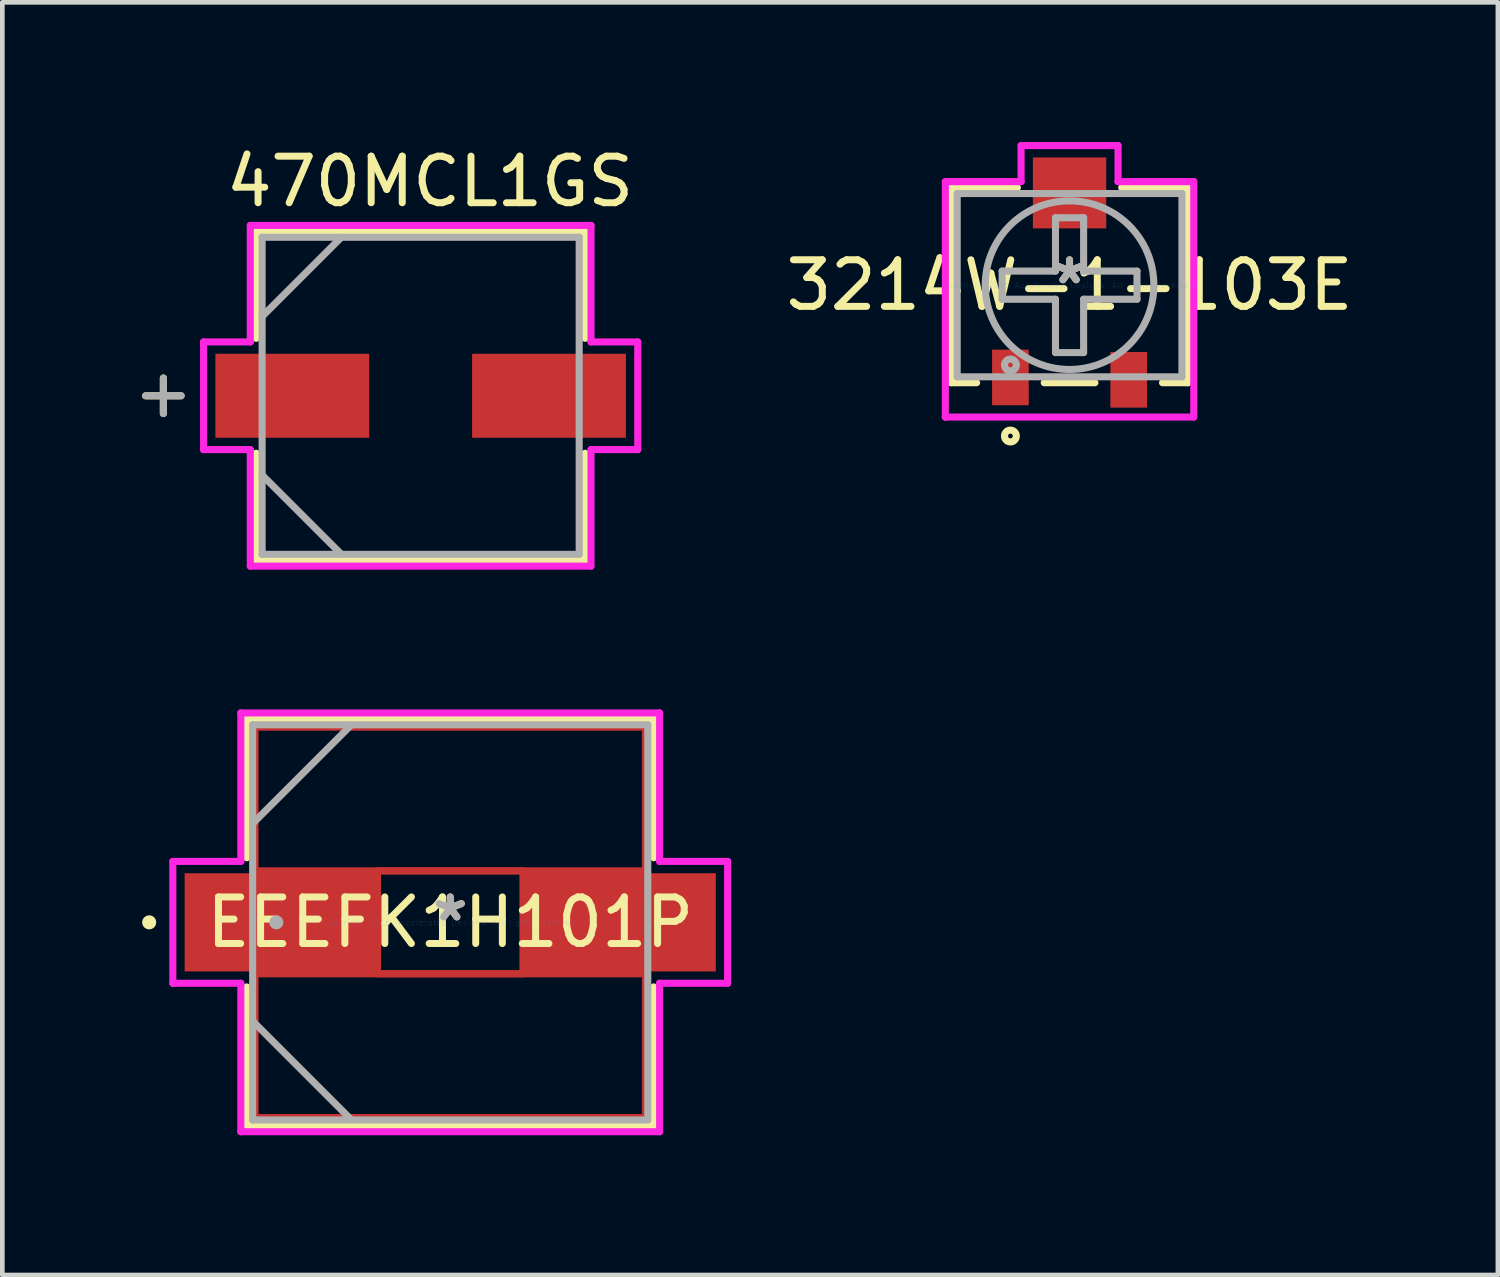
<source format=kicad_pcb>
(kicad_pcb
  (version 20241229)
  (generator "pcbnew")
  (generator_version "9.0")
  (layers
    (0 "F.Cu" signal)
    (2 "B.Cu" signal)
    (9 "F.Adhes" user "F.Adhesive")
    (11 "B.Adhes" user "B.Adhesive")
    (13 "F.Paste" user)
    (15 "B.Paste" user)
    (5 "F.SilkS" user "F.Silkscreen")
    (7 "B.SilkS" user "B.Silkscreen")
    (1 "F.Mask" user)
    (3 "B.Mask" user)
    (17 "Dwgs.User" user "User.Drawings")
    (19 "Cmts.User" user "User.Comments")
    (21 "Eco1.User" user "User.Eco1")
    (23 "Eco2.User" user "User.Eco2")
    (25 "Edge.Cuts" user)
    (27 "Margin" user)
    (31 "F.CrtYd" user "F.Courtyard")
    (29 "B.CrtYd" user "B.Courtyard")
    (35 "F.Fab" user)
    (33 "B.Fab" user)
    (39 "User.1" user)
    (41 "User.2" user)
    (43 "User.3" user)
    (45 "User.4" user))
  (footprint "EEEFK1H101P"
    (layer "F.Cu")
    (at 6.617 16.754)
    (property "Reference" "EEEFK1H101P" (at 0 0 0) (layer "F.SilkS") (effects (font (size 1 1) (thickness 0.15))))
    (attr through_hole)
    (fp_line (start -4.191 -4.191) (end 4.191 -4.191) (stroke (width 0.152) (type solid)) (layer "F.Cu"))
    (fp_line (start -4.191 -1.105) (end -4.191 -4.191) (stroke (width 0.152) (type solid)) (layer "F.Cu"))
    (fp_line (start -4.191 1.105) (end 4.191 1.105) (stroke (width 0.152) (type solid)) (layer "F.Cu"))
    (fp_line (start -4.191 4.191) (end -4.191 1.105) (stroke (width 0.152) (type solid)) (layer "F.Cu"))
    (fp_line (start -1.562 -1.105) (end 1.562 -1.105) (stroke (width 0.152) (type solid)) (layer "F.Cu"))
    (fp_line (start -1.562 1.105) (end -1.562 -1.105) (stroke (width 0.152) (type solid)) (layer "F.Cu"))
    (fp_line (start 1.562 -1.105) (end 1.562 1.105) (stroke (width 0.152) (type solid)) (layer "F.Cu"))
    (fp_line (start 1.562 1.105) (end -1.562 1.105) (stroke (width 0.152) (type solid)) (layer "F.Cu"))
    (fp_line (start 4.191 -4.191) (end 4.191 -1.105) (stroke (width 0.152) (type solid)) (layer "F.Cu"))
    (fp_line (start 4.191 -1.105) (end -4.191 -1.105) (stroke (width 0.152) (type solid)) (layer "F.Cu"))
    (fp_line (start 4.191 1.105) (end 4.191 4.191) (stroke (width 0.152) (type solid)) (layer "F.Cu"))
    (fp_line (start 4.191 4.191) (end -4.191 4.191) (stroke (width 0.152) (type solid)) (layer "F.Cu"))
    (fp_line (start -4.369 -4.369) (end -4.369 -1.387) (stroke (width 0.152) (type solid)) (layer "F.SilkS"))
    (fp_line (start -4.369 1.387) (end -4.369 4.369) (stroke (width 0.152) (type solid)) (layer "F.SilkS"))
    (fp_line (start -4.369 4.369) (end 4.369 4.369) (stroke (width 0.152) (type solid)) (layer "F.SilkS"))
    (fp_line (start 4.369 -4.369) (end -4.369 -4.369) (stroke (width 0.152) (type solid)) (layer "F.SilkS"))
    (fp_line (start 4.369 -1.387) (end 4.369 -4.369) (stroke (width 0.152) (type solid)) (layer "F.SilkS"))
    (fp_line (start 4.369 4.369) (end 4.369 1.387) (stroke (width 0.152) (type solid)) (layer "F.SilkS"))
    (fp_circle (center -6.464 0) (end -6.388 0) (stroke (width 0.152) (type solid)) (fill no) (layer "F.SilkS"))
    (fp_line (start -5.956 -1.308) (end -4.496 -1.308) (stroke (width 0.152) (type solid)) (layer "F.CrtYd"))
    (fp_line (start -5.956 1.308) (end -5.956 -1.308) (stroke (width 0.152) (type solid)) (layer "F.CrtYd"))
    (fp_line (start -4.496 -4.496) (end 4.496 -4.496) (stroke (width 0.152) (type solid)) (layer "F.CrtYd"))
    (fp_line (start -4.496 -1.308) (end -4.496 -4.496) (stroke (width 0.152) (type solid)) (layer "F.CrtYd"))
    (fp_line (start -4.496 1.308) (end -5.956 1.308) (stroke (width 0.152) (type solid)) (layer "F.CrtYd"))
    (fp_line (start -4.496 4.496) (end -4.496 1.308) (stroke (width 0.152) (type solid)) (layer "F.CrtYd"))
    (fp_line (start 4.496 -4.496) (end 4.496 -1.308) (stroke (width 0.152) (type solid)) (layer "F.CrtYd"))
    (fp_line (start 4.496 -1.308) (end 5.956 -1.308) (stroke (width 0.152) (type solid)) (layer "F.CrtYd"))
    (fp_line (start 4.496 1.308) (end 4.496 4.496) (stroke (width 0.152) (type solid)) (layer "F.CrtYd"))
    (fp_line (start 4.496 4.496) (end -4.496 4.496) (stroke (width 0.152) (type solid)) (layer "F.CrtYd"))
    (fp_line (start 5.956 -1.308) (end 5.956 1.308) (stroke (width 0.152) (type solid)) (layer "F.CrtYd"))
    (fp_line (start 5.956 1.308) (end 4.496 1.308) (stroke (width 0.152) (type solid)) (layer "F.CrtYd"))
    (fp_line (start -4.242 -4.242) (end -4.242 4.242) (stroke (width 0.152) (type solid)) (layer "F.Fab"))
    (fp_line (start -4.242 -2.121) (end -2.121 -4.242) (stroke (width 0.152) (type solid)) (layer "F.Fab"))
    (fp_line (start -4.242 2.121) (end -2.121 4.242) (stroke (width 0.152) (type solid)) (layer "F.Fab"))
    (fp_line (start -4.242 4.242) (end 4.242 4.242) (stroke (width 0.152) (type solid)) (layer "F.Fab"))
    (fp_line (start 4.242 -4.242) (end -4.242 -4.242) (stroke (width 0.152) (type solid)) (layer "F.Fab"))
    (fp_line (start 4.242 4.242) (end 4.242 -4.242) (stroke (width 0.152) (type solid)) (layer "F.Fab"))
    (fp_circle (center -3.734 0) (end -3.658 0) (stroke (width 0.152) (type solid)) (fill no) (layer "F.Fab"))
    (fp_text user "*" (at 0 0 0) (layer "F.SilkS") (effects (font (size 1 1) (thickness 0.15))))
    (fp_text user "Copyright 2016 Accelerated Designs. All rights reserved." (at 0 0 0) (layer "Cmts.User") (effects (font (size 0.127 0.127) (thickness 0.002))))
    (fp_text user "*" (at 0 0 0) (layer "F.Fab") (effects (font (size 1 1) (thickness 0.15))))
    (pad "1" smd rect (at -3.658 0) (size 4.089 2.108) (layers "F.Cu" "F.Mask" "F.Paste"))
    (pad "2" smd rect (at 3.658 0) (size 4.089 2.108) (layers "F.Cu" "F.Mask" "F.Paste")))
  (footprint "470MCL1GS"
    (layer "F.Cu")
    (at 5.982 5.448)
    (property "Reference" "470MCL1GS" (at 0.2 -4.6 0) (layer "F.SilkS") (effects (font (size 1 1) (thickness 0.15))))
    (attr through_hole)
    (fp_line (start -5.524 -0.381) (end -5.524 0.381) (stroke (width 0.152) (type solid)) (layer "F.SilkS"))
    (fp_line (start -5.144 0) (end -5.905 0) (stroke (width 0.152) (type solid)) (layer "F.SilkS"))
    (fp_line (start -3.531 -3.531) (end -3.531 -1.234) (stroke (width 0.152) (type solid)) (layer "F.SilkS"))
    (fp_line (start -3.531 1.234) (end -3.531 3.531) (stroke (width 0.152) (type solid)) (layer "F.SilkS"))
    (fp_line (start -3.531 3.531) (end 3.531 3.531) (stroke (width 0.152) (type solid)) (layer "F.SilkS"))
    (fp_line (start 3.531 -3.531) (end -3.531 -3.531) (stroke (width 0.152) (type solid)) (layer "F.SilkS"))
    (fp_line (start 3.531 -1.234) (end 3.531 -3.531) (stroke (width 0.152) (type solid)) (layer "F.SilkS"))
    (fp_line (start 3.531 3.531) (end 3.531 1.234) (stroke (width 0.152) (type solid)) (layer "F.SilkS"))
    (fp_line (start -4.661 -1.156) (end -3.658 -1.156) (stroke (width 0.152) (type solid)) (layer "F.CrtYd"))
    (fp_line (start -4.661 1.156) (end -4.661 -1.156) (stroke (width 0.152) (type solid)) (layer "F.CrtYd"))
    (fp_line (start -3.658 -3.658) (end 3.658 -3.658) (stroke (width 0.152) (type solid)) (layer "F.CrtYd"))
    (fp_line (start -3.658 -1.156) (end -3.658 -3.658) (stroke (width 0.152) (type solid)) (layer "F.CrtYd"))
    (fp_line (start -3.658 1.156) (end -4.661 1.156) (stroke (width 0.152) (type solid)) (layer "F.CrtYd"))
    (fp_line (start -3.658 3.658) (end -3.658 1.156) (stroke (width 0.152) (type solid)) (layer "F.CrtYd"))
    (fp_line (start 3.658 -3.658) (end 3.658 -1.156) (stroke (width 0.152) (type solid)) (layer "F.CrtYd"))
    (fp_line (start 3.658 -1.156) (end 4.661 -1.156) (stroke (width 0.152) (type solid)) (layer "F.CrtYd"))
    (fp_line (start 3.658 1.156) (end 3.658 3.658) (stroke (width 0.152) (type solid)) (layer "F.CrtYd"))
    (fp_line (start 3.658 3.658) (end -3.658 3.658) (stroke (width 0.152) (type solid)) (layer "F.CrtYd"))
    (fp_line (start 4.661 -1.156) (end 4.661 1.156) (stroke (width 0.152) (type solid)) (layer "F.CrtYd"))
    (fp_line (start 4.661 1.156) (end 3.658 1.156) (stroke (width 0.152) (type solid)) (layer "F.CrtYd"))
    (fp_line (start -5.524 -0.381) (end -5.524 0.381) (stroke (width 0.152) (type solid)) (layer "F.Fab"))
    (fp_line (start -5.144 0) (end -5.905 0) (stroke (width 0.152) (type solid)) (layer "F.Fab"))
    (fp_line (start -3.404 -3.404) (end -3.404 3.404) (stroke (width 0.152) (type solid)) (layer "F.Fab"))
    (fp_line (start -3.404 -1.702) (end -1.702 -3.404) (stroke (width 0.152) (type solid)) (layer "F.Fab"))
    (fp_line (start -3.404 1.702) (end -1.702 3.404) (stroke (width 0.152) (type solid)) (layer "F.Fab"))
    (fp_line (start -3.404 3.404) (end 3.404 3.404) (stroke (width 0.152) (type solid)) (layer "F.Fab"))
    (fp_line (start 3.404 -3.404) (end -3.404 -3.404) (stroke (width 0.152) (type solid)) (layer "F.Fab"))
    (fp_line (start 3.404 3.404) (end 3.404 -3.404) (stroke (width 0.152) (type solid)) (layer "F.Fab"))
    (pad "1" smd rect (at -2.756 0) (size 3.302 1.803) (layers "F.Cu" "F.Mask" "F.Paste"))
    (pad "2" smd rect (at 2.756 0) (size 3.302 1.803) (layers "F.Cu" "F.Mask" "F.Paste")))
  (footprint "3214W-1-103E"
    (layer "F.Cu")
    (at 19.915 3.073)
    (property "Reference" "3214W-1-103E" (at 0 0 0) (layer "F.SilkS") (effects (font (size 1 1) (thickness 0.15))))
    (attr through_hole)
    (fp_line (start -2.54 -2.095) (end -2.54 2.095) (stroke (width 0.152) (type solid)) (layer "F.SilkS"))
    (fp_line (start -2.54 2.095) (end -1.996 2.095) (stroke (width 0.152) (type solid)) (layer "F.SilkS"))
    (fp_line (start -1.12 -2.095) (end -2.54 -2.095) (stroke (width 0.152) (type solid)) (layer "F.SilkS"))
    (fp_line (start -0.544 2.095) (end 0.544 2.095) (stroke (width 0.152) (type solid)) (layer "F.SilkS"))
    (fp_line (start 1.996 2.095) (end 2.54 2.095) (stroke (width 0.152) (type solid)) (layer "F.SilkS"))
    (fp_line (start 2.54 -2.095) (end 1.12 -2.095) (stroke (width 0.152) (type solid)) (layer "F.SilkS"))
    (fp_line (start 2.54 -2.095) (end 2.54 2.095) (stroke (width 0.152) (type solid)) (layer "F.SilkS"))
    (fp_circle (center -1.27 3.239) (end -1.143 3.239) (stroke (width 0.152) (type solid)) (fill no) (layer "F.SilkS"))
    (fp_line (start -2.667 -2.223) (end -1.041 -2.223) (stroke (width 0.152) (type solid)) (layer "F.CrtYd"))
    (fp_line (start -2.667 2.832) (end -2.667 -2.223) (stroke (width 0.152) (type solid)) (layer "F.CrtYd"))
    (fp_line (start -2.667 2.832) (end -2.667 2.832) (stroke (width 0.152) (type solid)) (layer "F.CrtYd"))
    (fp_line (start -1.041 -2.997) (end 1.041 -2.997) (stroke (width 0.152) (type solid)) (layer "F.CrtYd"))
    (fp_line (start -1.041 -2.223) (end -1.041 -2.997) (stroke (width 0.152) (type solid)) (layer "F.CrtYd"))
    (fp_line (start 1.041 -2.997) (end 1.041 -2.223) (stroke (width 0.152) (type solid)) (layer "F.CrtYd"))
    (fp_line (start 1.041 -2.223) (end 2.667 -2.223) (stroke (width 0.152) (type solid)) (layer "F.CrtYd"))
    (fp_line (start 2.667 -2.223) (end 2.667 2.832) (stroke (width 0.152) (type solid)) (layer "F.CrtYd"))
    (fp_line (start 2.667 2.832) (end -2.667 2.832) (stroke (width 0.152) (type solid)) (layer "F.CrtYd"))
    (fp_line (start -2.413 -1.968) (end -2.413 1.968) (stroke (width 0.152) (type solid)) (layer "F.Fab"))
    (fp_line (start -2.413 1.968) (end 2.413 1.968) (stroke (width 0.152) (type solid)) (layer "F.Fab"))
    (fp_line (start -1.448 -0.302) (end -1.448 0.302) (stroke (width 0.152) (type solid)) (layer "F.Fab"))
    (fp_line (start -0.302 -1.448) (end -0.302 -0.302) (stroke (width 0.152) (type solid)) (layer "F.Fab"))
    (fp_line (start -0.302 -1.448) (end 0.302 -1.448) (stroke (width 0.152) (type solid)) (layer "F.Fab"))
    (fp_line (start -0.302 -0.302) (end -1.448 -0.302) (stroke (width 0.152) (type solid)) (layer "F.Fab"))
    (fp_line (start -0.302 0.302) (end -1.448 0.302) (stroke (width 0.152) (type solid)) (layer "F.Fab"))
    (fp_line (start -0.302 1.448) (end -0.302 0.302) (stroke (width 0.152) (type solid)) (layer "F.Fab"))
    (fp_line (start -0.302 1.448) (end 0.302 1.448) (stroke (width 0.152) (type solid)) (layer "F.Fab"))
    (fp_line (start 0.302 -1.448) (end 0.302 -0.302) (stroke (width 0.152) (type solid)) (layer "F.Fab"))
    (fp_line (start 0.302 -0.302) (end 1.448 -0.302) (stroke (width 0.152) (type solid)) (layer "F.Fab"))
    (fp_line (start 0.302 0.302) (end 1.448 0.302) (stroke (width 0.152) (type solid)) (layer "F.Fab"))
    (fp_line (start 0.302 1.448) (end 0.302 0.302) (stroke (width 0.152) (type solid)) (layer "F.Fab"))
    (fp_line (start 1.448 -0.302) (end 1.448 0.302) (stroke (width 0.152) (type solid)) (layer "F.Fab"))
    (fp_line (start 2.413 -1.968) (end -2.413 -1.968) (stroke (width 0.152) (type solid)) (layer "F.Fab"))
    (fp_line (start 2.413 -1.968) (end 2.413 1.968) (stroke (width 0.152) (type solid)) (layer "F.Fab"))
    (fp_circle (center -1.27 1.714) (end -1.143 1.714) (stroke (width 0.152) (type solid)) (fill no) (layer "F.Fab"))
    (fp_circle (center 0 0) (end 1.81 0) (stroke (width 0.152) (type solid)) (fill no) (layer "F.Fab"))
    (fp_text user "*" (at 0 0 0) (layer "F.SilkS") (effects (font (size 1 1) (thickness 0.15))))
    (fp_text user "Copyright 2016 Accelerated Designs. All rights reserved." (at 0 0 0) (layer "Cmts.User") (effects (font (size 0.127 0.127) (thickness 0.002))))
    (fp_text user "*" (at 0 0 0) (layer "F.Fab") (effects (font (size 1 1) (thickness 0.15))))
    (pad "1" smd rect (at -1.27 1.981) (size 0.787 1.194) (layers "F.Cu" "F.Mask" "F.Paste"))
    (pad "2" smd rect (at 0 -1.981) (size 1.575 1.524) (layers "F.Cu" "F.Mask" "F.Paste"))
    (pad "3" smd rect (at 1.27 2.032) (size 0.787 1.194) (layers "F.Cu" "F.Mask" "F.Paste")))
  (gr_rect
    (start -3 -3)
    (end 29.112 24.326)
    (stroke (width 0.1) (type default))
    (fill no)
    (layer "Edge.Cuts")))
</source>
